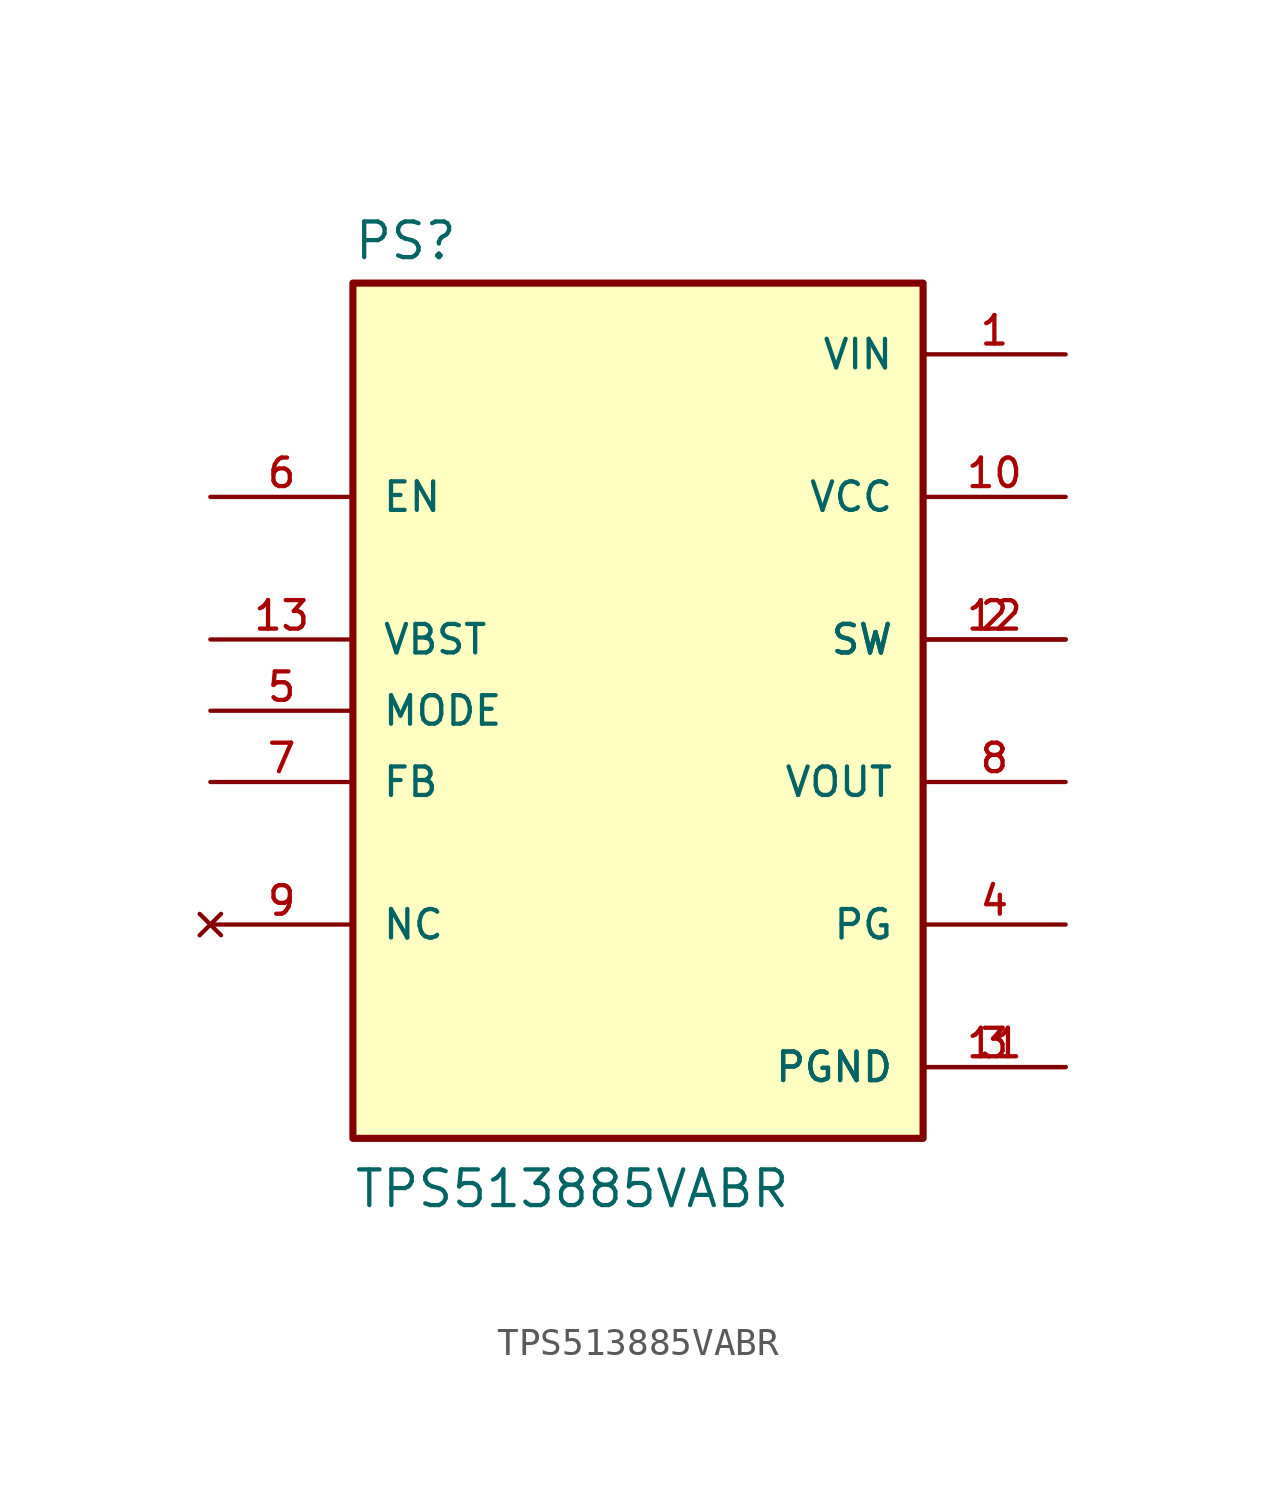
<source format=kicad_sym>
(kicad_symbol_lib
  (version 20211014)
  (generator kicad_symbol_editor)
  (symbol "TPS513885VABR"
    (pin_names
      (offset 1.016))
    (property "Reference" "PS"
      (at -10.16 16.002 0)
      (effects (font (size 1.27 1.27)) (justify bottom left)))
    (property "Value" "TPS513885VABR"
      (at -10.16 -17.78 0)
      (effects (font (size 1.27 1.27)) (justify bottom left)))
    (symbol "TPS513885VABR_0_0"
      (rectangle (start -10.16 -15.24) (end 10.16 15.24) (stroke (width 0.254)) (fill (type background)))
      (pin power_in line (at 15.24 12.7 180.0) (length 5.08) (name "VIN" (effects (font (size 1.016 1.016)))) (number "1" (effects (font (size 1.016 1.016)))))
      (pin output line (at 15.24 2.54 180.0) (length 5.08) (name "SW" (effects (font (size 1.016 1.016)))) (number "2" (effects (font (size 1.016 1.016)))))
      (pin output line (at 15.24 2.54 180.0) (length 5.08) (name "SW" (effects (font (size 1.016 1.016)))) (number "12" (effects (font (size 1.016 1.016)))))
      (pin power_in line (at 15.24 -12.7 180.0) (length 5.08) (name "PGND" (effects (font (size 1.016 1.016)))) (number "3" (effects (font (size 1.016 1.016)))))
      (pin power_in line (at 15.24 -12.7 180.0) (length 5.08) (name "PGND" (effects (font (size 1.016 1.016)))) (number "11" (effects (font (size 1.016 1.016)))))
      (pin output line (at 15.24 -7.62 180.0) (length 5.08) (name "PG" (effects (font (size 1.016 1.016)))) (number "4" (effects (font (size 1.016 1.016)))))
      (pin input line (at -15.24 0.0 0) (length 5.08) (name "MODE" (effects (font (size 1.016 1.016)))) (number "5" (effects (font (size 1.016 1.016)))))
      (pin input line (at -15.24 7.62 0) (length 5.08) (name "EN" (effects (font (size 1.016 1.016)))) (number "6" (effects (font (size 1.016 1.016)))))
      (pin input line (at -15.24 -2.54 0) (length 5.08) (name "FB" (effects (font (size 1.016 1.016)))) (number "7" (effects (font (size 1.016 1.016)))))
      (pin output line (at 15.24 -2.54 180.0) (length 5.08) (name "VOUT" (effects (font (size 1.016 1.016)))) (number "8" (effects (font (size 1.016 1.016)))))
      (pin no_connect line (at -15.24 -7.62 0) (length 5.08) (name "NC" (effects (font (size 1.016 1.016)))) (number "9" (effects (font (size 1.016 1.016)))))
      (pin output line (at 15.24 7.62 180.0) (length 5.08) (name "VCC" (effects (font (size 1.016 1.016)))) (number "10" (effects (font (size 1.016 1.016)))))
      (pin input line (at -15.24 2.54 0) (length 5.08) (name "VBST" (effects (font (size 1.016 1.016)))) (number "13" (effects (font (size 1.016 1.016))))))))
</source>
